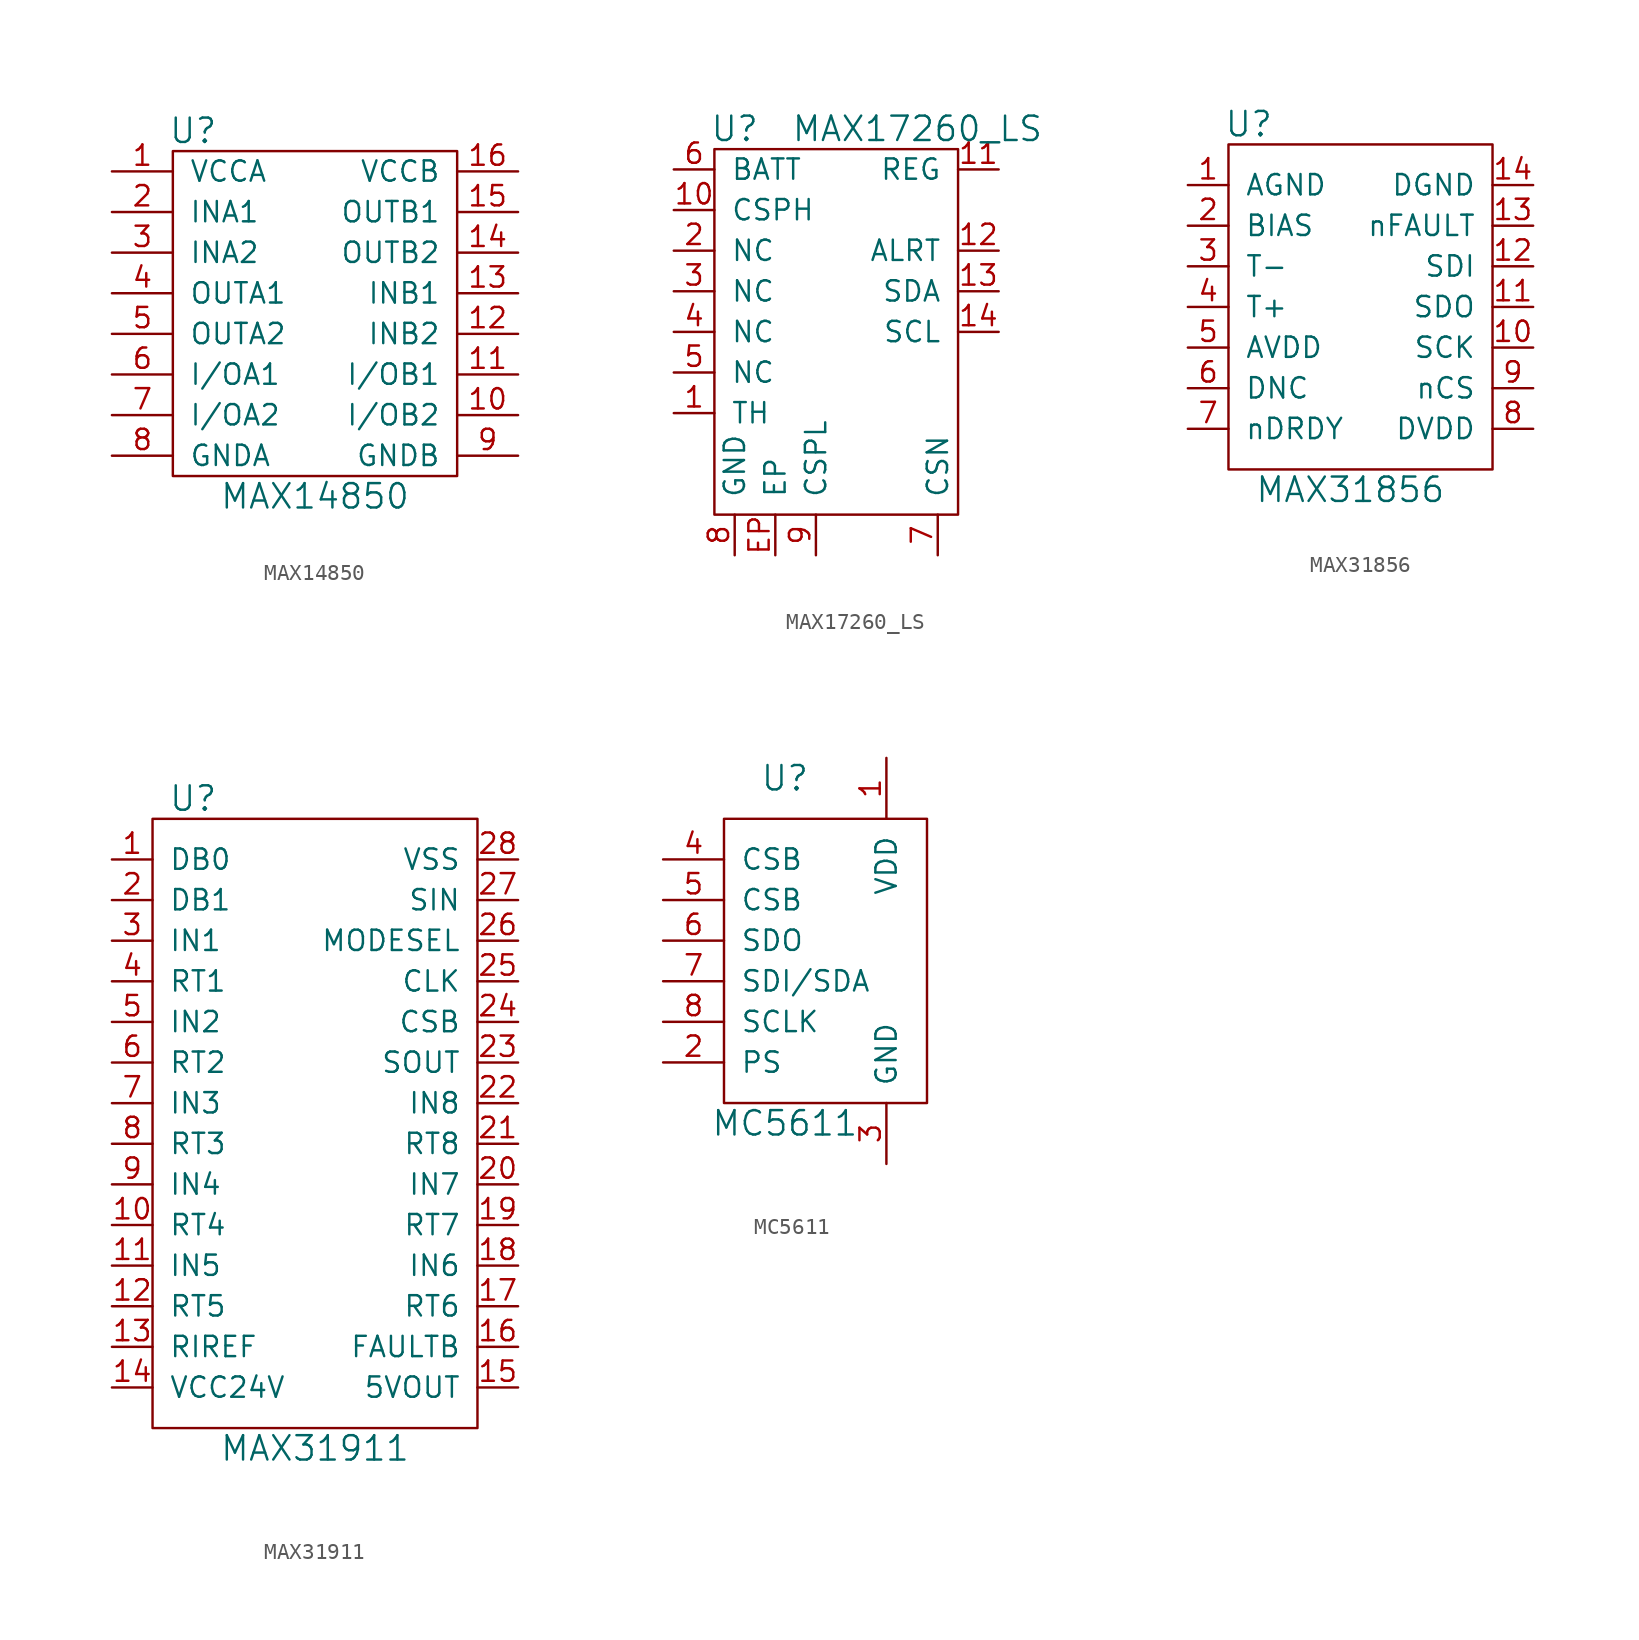
<source format=kicad_sym>
(kicad_symbol_lib
  (version 20211014)
  (generator kicad_symbol_editor)
  (symbol "MAX14850"
    (pin_names
      (offset 1.016))
    (property "Reference" "U"
      (at -7.62 11.43 0)
      (effects (font (size 1.524 1.524))))
    (property "Value" "MAX14850"
      (at 0 -11.43 0)
      (effects (font (size 1.524 1.524))))
    (property "Footprint" ""
      (at 6.35 12.7 0)
      (effects (font (size 1.524 1.524))))
    (property "Datasheet" ""
      (at 6.35 12.7 0)
      (effects (font (size 1.524 1.524))))
    (symbol "MAX14850_0_1"
      (rectangle (start -8.89 10.16) (end 8.89 -10.16) (stroke (width 0) (type default) (color 0 0 0 0)) (fill (type none))))
    (symbol "MAX14850_1_1"
      (pin passive line (at -12.7 8.89 0) (length 3.81) (name "VCCA" (effects (font (size 1.27 1.27)))) (number "1" (effects (font (size 1.27 1.27)))))
      (pin passive line (at 12.7 -6.35 180) (length 3.81) (name "I/OB2" (effects (font (size 1.27 1.27)))) (number "10" (effects (font (size 1.27 1.27)))))
      (pin passive line (at 12.7 -3.81 180) (length 3.81) (name "I/OB1" (effects (font (size 1.27 1.27)))) (number "11" (effects (font (size 1.27 1.27)))))
      (pin passive line (at 12.7 -1.27 180) (length 3.81) (name "INB2" (effects (font (size 1.27 1.27)))) (number "12" (effects (font (size 1.27 1.27)))))
      (pin passive line (at 12.7 1.27 180) (length 3.81) (name "INB1" (effects (font (size 1.27 1.27)))) (number "13" (effects (font (size 1.27 1.27)))))
      (pin passive line (at 12.7 3.81 180) (length 3.81) (name "OUTB2" (effects (font (size 1.27 1.27)))) (number "14" (effects (font (size 1.27 1.27)))))
      (pin passive line (at 12.7 6.35 180) (length 3.81) (name "OUTB1" (effects (font (size 1.27 1.27)))) (number "15" (effects (font (size 1.27 1.27)))))
      (pin passive line (at 12.7 8.89 180) (length 3.81) (name "VCCB" (effects (font (size 1.27 1.27)))) (number "16" (effects (font (size 1.27 1.27)))))
      (pin passive line (at -12.7 6.35 0) (length 3.81) (name "INA1" (effects (font (size 1.27 1.27)))) (number "2" (effects (font (size 1.27 1.27)))))
      (pin passive line (at -12.7 3.81 0) (length 3.81) (name "INA2" (effects (font (size 1.27 1.27)))) (number "3" (effects (font (size 1.27 1.27)))))
      (pin passive line (at -12.7 1.27 0) (length 3.81) (name "OUTA1" (effects (font (size 1.27 1.27)))) (number "4" (effects (font (size 1.27 1.27)))))
      (pin passive line (at -12.7 -1.27 0) (length 3.81) (name "OUTA2" (effects (font (size 1.27 1.27)))) (number "5" (effects (font (size 1.27 1.27)))))
      (pin passive line (at -12.7 -3.81 0) (length 3.81) (name "I/OA1" (effects (font (size 1.27 1.27)))) (number "6" (effects (font (size 1.27 1.27)))))
      (pin passive line (at -12.7 -6.35 0) (length 3.81) (name "I/OA2" (effects (font (size 1.27 1.27)))) (number "7" (effects (font (size 1.27 1.27)))))
      (pin passive line (at -12.7 -8.89 0) (length 3.81) (name "GNDA" (effects (font (size 1.27 1.27)))) (number "8" (effects (font (size 1.27 1.27)))))
      (pin passive line (at 12.7 -8.89 180) (length 3.81) (name "GNDB" (effects (font (size 1.27 1.27)))) (number "9" (effects (font (size 1.27 1.27)))))))
  (symbol "MAX17260_LS"
    (pin_names
      (offset 1.016))
    (property "Reference" "U"
      (at -6.35 11.43 0)
      (effects (font (size 1.524 1.524))))
    (property "Value" "MAX17260_LS"
      (at 5.08 11.43 0)
      (effects (font (size 1.524 1.524))))
    (symbol "MAX17260_LS_0_1"
      (rectangle (start -7.62 10.16) (end 7.62 -12.7) (stroke (width 0) (type default) (color 0 0 0 0)) (fill (type none))))
    (symbol "MAX17260_LS_1_1"
      (pin input line (at -10.16 -6.35 0) (length 2.54) (name "TH" (effects (font (size 1.27 1.27)))) (number "1" (effects (font (size 1.27 1.27)))))
      (pin input line (at -10.16 6.35 0) (length 2.54) (name "CSPH" (effects (font (size 1.27 1.27)))) (number "10" (effects (font (size 1.27 1.27)))))
      (pin input line (at 10.16 8.89 180) (length 2.54) (name "REG" (effects (font (size 1.27 1.27)))) (number "11" (effects (font (size 1.27 1.27)))))
      (pin input line (at 10.16 3.81 180) (length 2.54) (name "ALRT" (effects (font (size 1.27 1.27)))) (number "12" (effects (font (size 1.27 1.27)))))
      (pin input line (at 10.16 1.27 180) (length 2.54) (name "SDA" (effects (font (size 1.27 1.27)))) (number "13" (effects (font (size 1.27 1.27)))))
      (pin input line (at 10.16 -1.27 180) (length 2.54) (name "SCL" (effects (font (size 1.27 1.27)))) (number "14" (effects (font (size 1.27 1.27)))))
      (pin input line (at -10.16 3.81 0) (length 2.54) (name "NC" (effects (font (size 1.27 1.27)))) (number "2" (effects (font (size 1.27 1.27)))))
      (pin input line (at -10.16 1.27 0) (length 2.54) (name "NC" (effects (font (size 1.27 1.27)))) (number "3" (effects (font (size 1.27 1.27)))))
      (pin input line (at -10.16 -1.27 0) (length 2.54) (name "NC" (effects (font (size 1.27 1.27)))) (number "4" (effects (font (size 1.27 1.27)))))
      (pin input line (at -10.16 -3.81 0) (length 2.54) (name "NC" (effects (font (size 1.27 1.27)))) (number "5" (effects (font (size 1.27 1.27)))))
      (pin input line (at -10.16 8.89 0) (length 2.54) (name "BATT" (effects (font (size 1.27 1.27)))) (number "6" (effects (font (size 1.27 1.27)))))
      (pin input line (at 6.35 -15.24 90) (length 2.54) (name "CSN" (effects (font (size 1.27 1.27)))) (number "7" (effects (font (size 1.27 1.27)))))
      (pin input line (at -6.35 -15.24 90) (length 2.54) (name "GND" (effects (font (size 1.27 1.27)))) (number "8" (effects (font (size 1.27 1.27)))))
      (pin input line (at -1.27 -15.24 90) (length 2.54) (name "CSPL" (effects (font (size 1.27 1.27)))) (number "9" (effects (font (size 1.27 1.27)))))
      (pin input line (at -3.81 -15.24 90) (length 2.54) (name "EP" (effects (font (size 1.27 1.27)))) (number "EP" (effects (font (size 1.27 1.27)))))))
  (symbol "MAX31856"
    (pin_names
      (offset 1.016))
    (property "Reference" "U"
      (at -6.35 10.16 0)
      (effects (font (size 1.524 1.524))))
    (property "Value" "MAX31856"
      (at 0 -12.7 0)
      (effects (font (size 1.524 1.524))))
    (property "Footprint" ""
      (at 11.43 2.54 0)
      (effects (font (size 1.524 1.524))))
    (property "Datasheet" ""
      (at 11.43 2.54 0)
      (effects (font (size 1.524 1.524))))
    (symbol "MAX31856_0_1"
      (rectangle (start -7.62 8.89) (end 8.89 -11.43) (stroke (width 0) (type default) (color 0 0 0 0)) (fill (type none))))
    (symbol "MAX31856_1_1"
      (pin input line (at -10.16 6.35 0) (length 2.54) (name "AGND" (effects (font (size 1.27 1.27)))) (number "1" (effects (font (size 1.27 1.27)))))
      (pin input line (at 11.43 -3.81 180) (length 2.54) (name "SCK" (effects (font (size 1.27 1.27)))) (number "10" (effects (font (size 1.27 1.27)))))
      (pin input line (at 11.43 -1.27 180) (length 2.54) (name "SDO" (effects (font (size 1.27 1.27)))) (number "11" (effects (font (size 1.27 1.27)))))
      (pin input line (at 11.43 1.27 180) (length 2.54) (name "SDI" (effects (font (size 1.27 1.27)))) (number "12" (effects (font (size 1.27 1.27)))))
      (pin input line (at 11.43 3.81 180) (length 2.54) (name "nFAULT" (effects (font (size 1.27 1.27)))) (number "13" (effects (font (size 1.27 1.27)))))
      (pin input line (at 11.43 6.35 180) (length 2.54) (name "DGND" (effects (font (size 1.27 1.27)))) (number "14" (effects (font (size 1.27 1.27)))))
      (pin input line (at -10.16 3.81 0) (length 2.54) (name "BIAS" (effects (font (size 1.27 1.27)))) (number "2" (effects (font (size 1.27 1.27)))))
      (pin input line (at -10.16 1.27 0) (length 2.54) (name "T-" (effects (font (size 1.27 1.27)))) (number "3" (effects (font (size 1.27 1.27)))))
      (pin input line (at -10.16 -1.27 0) (length 2.54) (name "T+" (effects (font (size 1.27 1.27)))) (number "4" (effects (font (size 1.27 1.27)))))
      (pin input line (at -10.16 -3.81 0) (length 2.54) (name "AVDD" (effects (font (size 1.27 1.27)))) (number "5" (effects (font (size 1.27 1.27)))))
      (pin input line (at -10.16 -6.35 0) (length 2.54) (name "DNC" (effects (font (size 1.27 1.27)))) (number "6" (effects (font (size 1.27 1.27)))))
      (pin input line (at -10.16 -8.89 0) (length 2.54) (name "nDRDY" (effects (font (size 1.27 1.27)))) (number "7" (effects (font (size 1.27 1.27)))))
      (pin input line (at 11.43 -8.89 180) (length 2.54) (name "DVDD" (effects (font (size 1.27 1.27)))) (number "8" (effects (font (size 1.27 1.27)))))
      (pin input line (at 11.43 -6.35 180) (length 2.54) (name "nCS" (effects (font (size 1.27 1.27)))) (number "9" (effects (font (size 1.27 1.27)))))))
  (symbol "MAX31911"
    (pin_names
      (offset 1.016))
    (property "Reference" "U"
      (at -7.62 20.32 0)
      (effects (font (size 1.524 1.524))))
    (property "Value" "MAX31911"
      (at 0 -20.32 0)
      (effects (font (size 1.524 1.524))))
    (symbol "MAX31911_0_1"
      (rectangle (start -10.16 19.05) (end 10.16 -19.05) (stroke (width 0) (type default) (color 0 0 0 0)) (fill (type none))))
    (symbol "MAX31911_1_1"
      (pin passive line (at -12.7 16.51 0) (length 2.54) (name "DB0" (effects (font (size 1.27 1.27)))) (number "1" (effects (font (size 1.27 1.27)))))
      (pin passive line (at -12.7 -6.35 0) (length 2.54) (name "RT4" (effects (font (size 1.27 1.27)))) (number "10" (effects (font (size 1.27 1.27)))))
      (pin passive line (at -12.7 -8.89 0) (length 2.54) (name "IN5" (effects (font (size 1.27 1.27)))) (number "11" (effects (font (size 1.27 1.27)))))
      (pin passive line (at -12.7 -11.43 0) (length 2.54) (name "RT5" (effects (font (size 1.27 1.27)))) (number "12" (effects (font (size 1.27 1.27)))))
      (pin passive line (at -12.7 -13.97 0) (length 2.54) (name "RIREF" (effects (font (size 1.27 1.27)))) (number "13" (effects (font (size 1.27 1.27)))))
      (pin passive line (at -12.7 -16.51 0) (length 2.54) (name "VCC24V" (effects (font (size 1.27 1.27)))) (number "14" (effects (font (size 1.27 1.27)))))
      (pin passive line (at 12.7 -16.51 180) (length 2.54) (name "5VOUT" (effects (font (size 1.27 1.27)))) (number "15" (effects (font (size 1.27 1.27)))))
      (pin passive line (at 12.7 -13.97 180) (length 2.54) (name "FAULTB" (effects (font (size 1.27 1.27)))) (number "16" (effects (font (size 1.27 1.27)))))
      (pin passive line (at 12.7 -11.43 180) (length 2.54) (name "RT6" (effects (font (size 1.27 1.27)))) (number "17" (effects (font (size 1.27 1.27)))))
      (pin passive line (at 12.7 -8.89 180) (length 2.54) (name "IN6" (effects (font (size 1.27 1.27)))) (number "18" (effects (font (size 1.27 1.27)))))
      (pin passive line (at 12.7 -6.35 180) (length 2.54) (name "RT7" (effects (font (size 1.27 1.27)))) (number "19" (effects (font (size 1.27 1.27)))))
      (pin passive line (at -12.7 13.97 0) (length 2.54) (name "DB1" (effects (font (size 1.27 1.27)))) (number "2" (effects (font (size 1.27 1.27)))))
      (pin passive line (at 12.7 -3.81 180) (length 2.54) (name "IN7" (effects (font (size 1.27 1.27)))) (number "20" (effects (font (size 1.27 1.27)))))
      (pin passive line (at 12.7 -1.27 180) (length 2.54) (name "RT8" (effects (font (size 1.27 1.27)))) (number "21" (effects (font (size 1.27 1.27)))))
      (pin passive line (at 12.7 1.27 180) (length 2.54) (name "IN8" (effects (font (size 1.27 1.27)))) (number "22" (effects (font (size 1.27 1.27)))))
      (pin passive line (at 12.7 3.81 180) (length 2.54) (name "SOUT" (effects (font (size 1.27 1.27)))) (number "23" (effects (font (size 1.27 1.27)))))
      (pin passive line (at 12.7 6.35 180) (length 2.54) (name "CSB" (effects (font (size 1.27 1.27)))) (number "24" (effects (font (size 1.27 1.27)))))
      (pin passive line (at 12.7 8.89 180) (length 2.54) (name "CLK" (effects (font (size 1.27 1.27)))) (number "25" (effects (font (size 1.27 1.27)))))
      (pin passive line (at 12.7 11.43 180) (length 2.54) (name "MODESEL" (effects (font (size 1.27 1.27)))) (number "26" (effects (font (size 1.27 1.27)))))
      (pin passive line (at 12.7 13.97 180) (length 2.54) (name "SIN" (effects (font (size 1.27 1.27)))) (number "27" (effects (font (size 1.27 1.27)))))
      (pin passive line (at 12.7 16.51 180) (length 2.54) (name "VSS" (effects (font (size 1.27 1.27)))) (number "28" (effects (font (size 1.27 1.27)))))
      (pin passive line (at -12.7 11.43 0) (length 2.54) (name "IN1" (effects (font (size 1.27 1.27)))) (number "3" (effects (font (size 1.27 1.27)))))
      (pin passive line (at -12.7 8.89 0) (length 2.54) (name "RT1" (effects (font (size 1.27 1.27)))) (number "4" (effects (font (size 1.27 1.27)))))
      (pin passive line (at -12.7 6.35 0) (length 2.54) (name "IN2" (effects (font (size 1.27 1.27)))) (number "5" (effects (font (size 1.27 1.27)))))
      (pin passive line (at -12.7 3.81 0) (length 2.54) (name "RT2" (effects (font (size 1.27 1.27)))) (number "6" (effects (font (size 1.27 1.27)))))
      (pin passive line (at -12.7 1.27 0) (length 2.54) (name "IN3" (effects (font (size 1.27 1.27)))) (number "7" (effects (font (size 1.27 1.27)))))
      (pin passive line (at -12.7 -1.27 0) (length 2.54) (name "RT3" (effects (font (size 1.27 1.27)))) (number "8" (effects (font (size 1.27 1.27)))))
      (pin passive line (at -12.7 -3.81 0) (length 2.54) (name "IN4" (effects (font (size 1.27 1.27)))) (number "9" (effects (font (size 1.27 1.27)))))))
  (symbol "MC5611"
    (pin_names
      (offset 1.016))
    (property "Reference" "U"
      (at -6.35 11.43 0)
      (effects (font (size 1.524 1.524))))
    (property "Value" "MC5611"
      (at -6.35 -10.16 0)
      (effects (font (size 1.524 1.524))))
    (property "Footprint" ""
      (at 0 0 0)
      (effects (font (size 1.524 1.524))))
    (property "Datasheet" ""
      (at 0 0 0)
      (effects (font (size 1.524 1.524))))
    (symbol "MC5611_0_1"
      (rectangle (start -10.16 8.89) (end 2.54 -8.89) (stroke (width 0) (type default) (color 0 0 0 0)) (fill (type none))))
    (symbol "MC5611_1_1"
      (pin passive line (at 0 12.7 270) (length 3.81) (name "VDD" (effects (font (size 1.27 1.27)))) (number "1" (effects (font (size 1.27 1.27)))))
      (pin passive line (at -13.97 -6.35 0) (length 3.81) (name "PS" (effects (font (size 1.27 1.27)))) (number "2" (effects (font (size 1.27 1.27)))))
      (pin passive line (at 0 -12.7 90) (length 3.81) (name "GND" (effects (font (size 1.27 1.27)))) (number "3" (effects (font (size 1.27 1.27)))))
      (pin passive line (at -13.97 6.35 0) (length 3.81) (name "CSB" (effects (font (size 1.27 1.27)))) (number "4" (effects (font (size 1.27 1.27)))))
      (pin passive line (at -13.97 3.81 0) (length 3.81) (name "CSB" (effects (font (size 1.27 1.27)))) (number "5" (effects (font (size 1.27 1.27)))))
      (pin passive line (at -13.97 1.27 0) (length 3.81) (name "SDO" (effects (font (size 1.27 1.27)))) (number "6" (effects (font (size 1.27 1.27)))))
      (pin passive line (at -13.97 -1.27 0) (length 3.81) (name "SDI/SDA" (effects (font (size 1.27 1.27)))) (number "7" (effects (font (size 1.27 1.27)))))
      (pin passive line (at -13.97 -3.81 0) (length 3.81) (name "SCLK" (effects (font (size 1.27 1.27)))) (number "8" (effects (font (size 1.27 1.27))))))))
</source>
